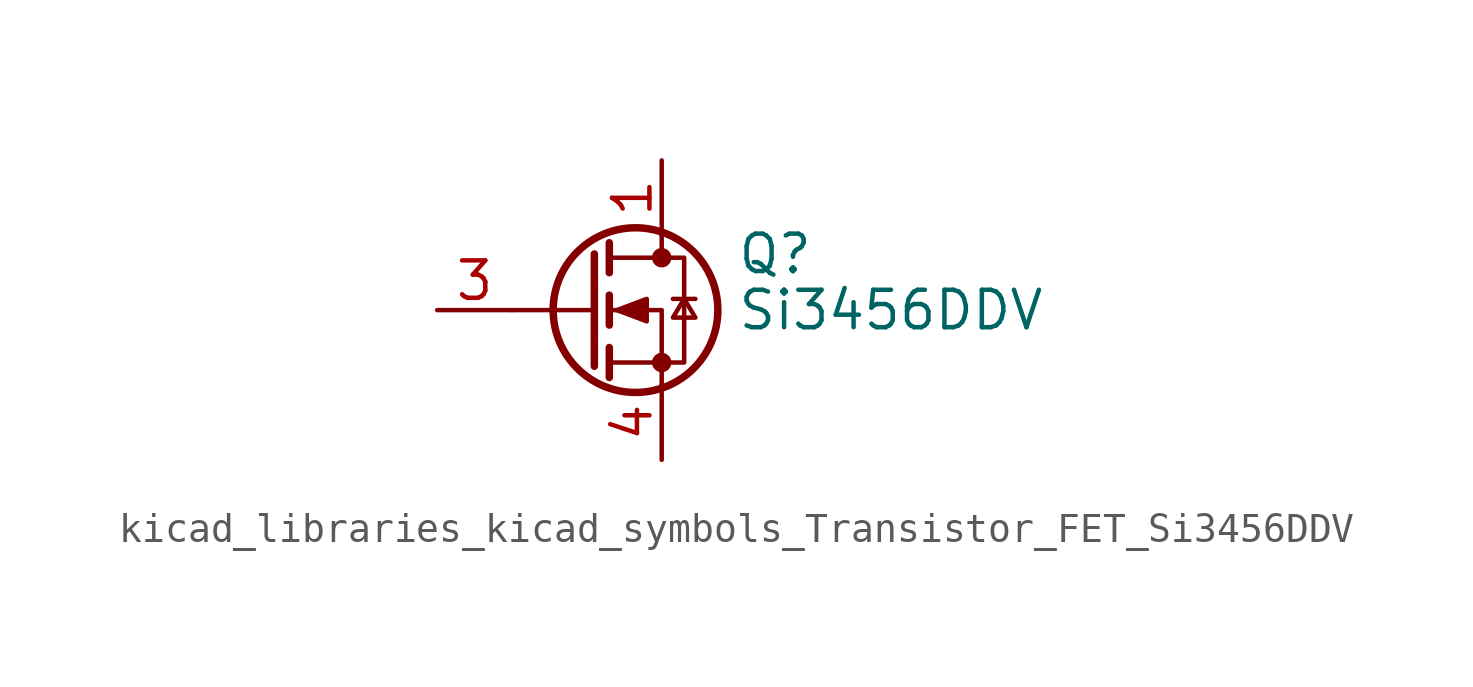
<source format=kicad_sym>
(kicad_symbol_lib
  (version 20220914)
  (generator kicad_symbol_editor)
  (symbol "kicad_libraries_kicad_symbols_Transistor_FET_Si3456DDV"
    (pin_names hide)
    (property "Reference" "Q"
      (at 5.08 1.905 0)
      (effects (font (size 1.27 1.27)) (justify left)))
    (property "Value" "Si3456DDV"
      (at 5.08 0 0)
      (effects (font (size 1.27 1.27)) (justify left)))
    (symbol "kicad_libraries_kicad_symbols_Transistor_FET_Si3456DDV_0_1"
      (polyline (pts (xy 0.254 0) (xy -2.54 0)) (stroke (width 0) (type default)) (fill (type none)))
      (polyline (pts (xy 0.254 1.905) (xy 0.254 -1.905)) (stroke (width 0.254) (type default)) (fill (type none)))
      (polyline (pts (xy 0.762 -1.27) (xy 0.762 -2.286)) (stroke (width 0.254) (type default)) (fill (type none)))
      (polyline (pts (xy 0.762 0.508) (xy 0.762 -0.508)) (stroke (width 0.254) (type default)) (fill (type none)))
      (polyline (pts (xy 0.762 2.286) (xy 0.762 1.27)) (stroke (width 0.254) (type default)) (fill (type none)))
      (polyline (pts (xy 2.54 2.54) (xy 2.54 1.778)) (stroke (width 0) (type default)) (fill (type none)))
      (polyline (pts (xy 2.921 0.381) (xy 3.683 0.381)) (stroke (width 0) (type default)) (fill (type none)))
      (polyline (pts (xy 2.54 -2.54) (xy 2.54 0) (xy 0.762 0)) (stroke (width 0) (type default)) (fill (type none)))
      (polyline (pts (xy 0.762 -1.778) (xy 3.302 -1.778) (xy 3.302 1.778) (xy 0.762 1.778)) (stroke (width 0) (type default)) (fill (type none)))
      (polyline (pts (xy 1.016 0) (xy 2.032 0.381) (xy 2.032 -0.381) (xy 1.016 0)) (stroke (width 0) (type default)) (fill (type outline)))
      (polyline (pts (xy 3.302 0.381) (xy 2.921 -0.254) (xy 3.683 -0.254) (xy 3.302 0.381)) (stroke (width 0) (type default)) (fill (type none)))
      (circle (center 1.651 0) (radius 2.794) (stroke (width 0.254) (type default)) (fill (type none)))
      (circle (center 2.54 -1.778) (radius 0.254) (stroke (width 0) (type default)) (fill (type outline)))
      (circle (center 2.54 1.778) (radius 0.254) (stroke (width 0) (type default)) (fill (type outline))))
    (symbol "kicad_libraries_kicad_symbols_Transistor_FET_Si3456DDV_1_1"
      (pin passive line (at 2.54 5.08 270) (length 2.54) (name "D" (effects (font (size 1.27 1.27)))) (number "1" (effects (font (size 1.27 1.27)))))
      (pin passive line (at 2.54 5.08 270) (length 2.54) hide (name "D" (effects (font (size 1.27 1.27)))) (number "2" (effects (font (size 1.27 1.27)))))
      (pin input line (at -5.08 0 0) (length 2.54) (name "G" (effects (font (size 1.27 1.27)))) (number "3" (effects (font (size 1.27 1.27)))))
      (pin passive line (at 2.54 -5.08 90) (length 2.54) (name "S" (effects (font (size 1.27 1.27)))) (number "4" (effects (font (size 1.27 1.27)))))
      (pin passive line (at 2.54 5.08 270) (length 2.54) hide (name "D" (effects (font (size 1.27 1.27)))) (number "5" (effects (font (size 1.27 1.27)))))
      (pin passive line (at 2.54 5.08 270) (length 2.54) hide (name "D" (effects (font (size 1.27 1.27)))) (number "6" (effects (font (size 1.27 1.27))))))))
</source>
